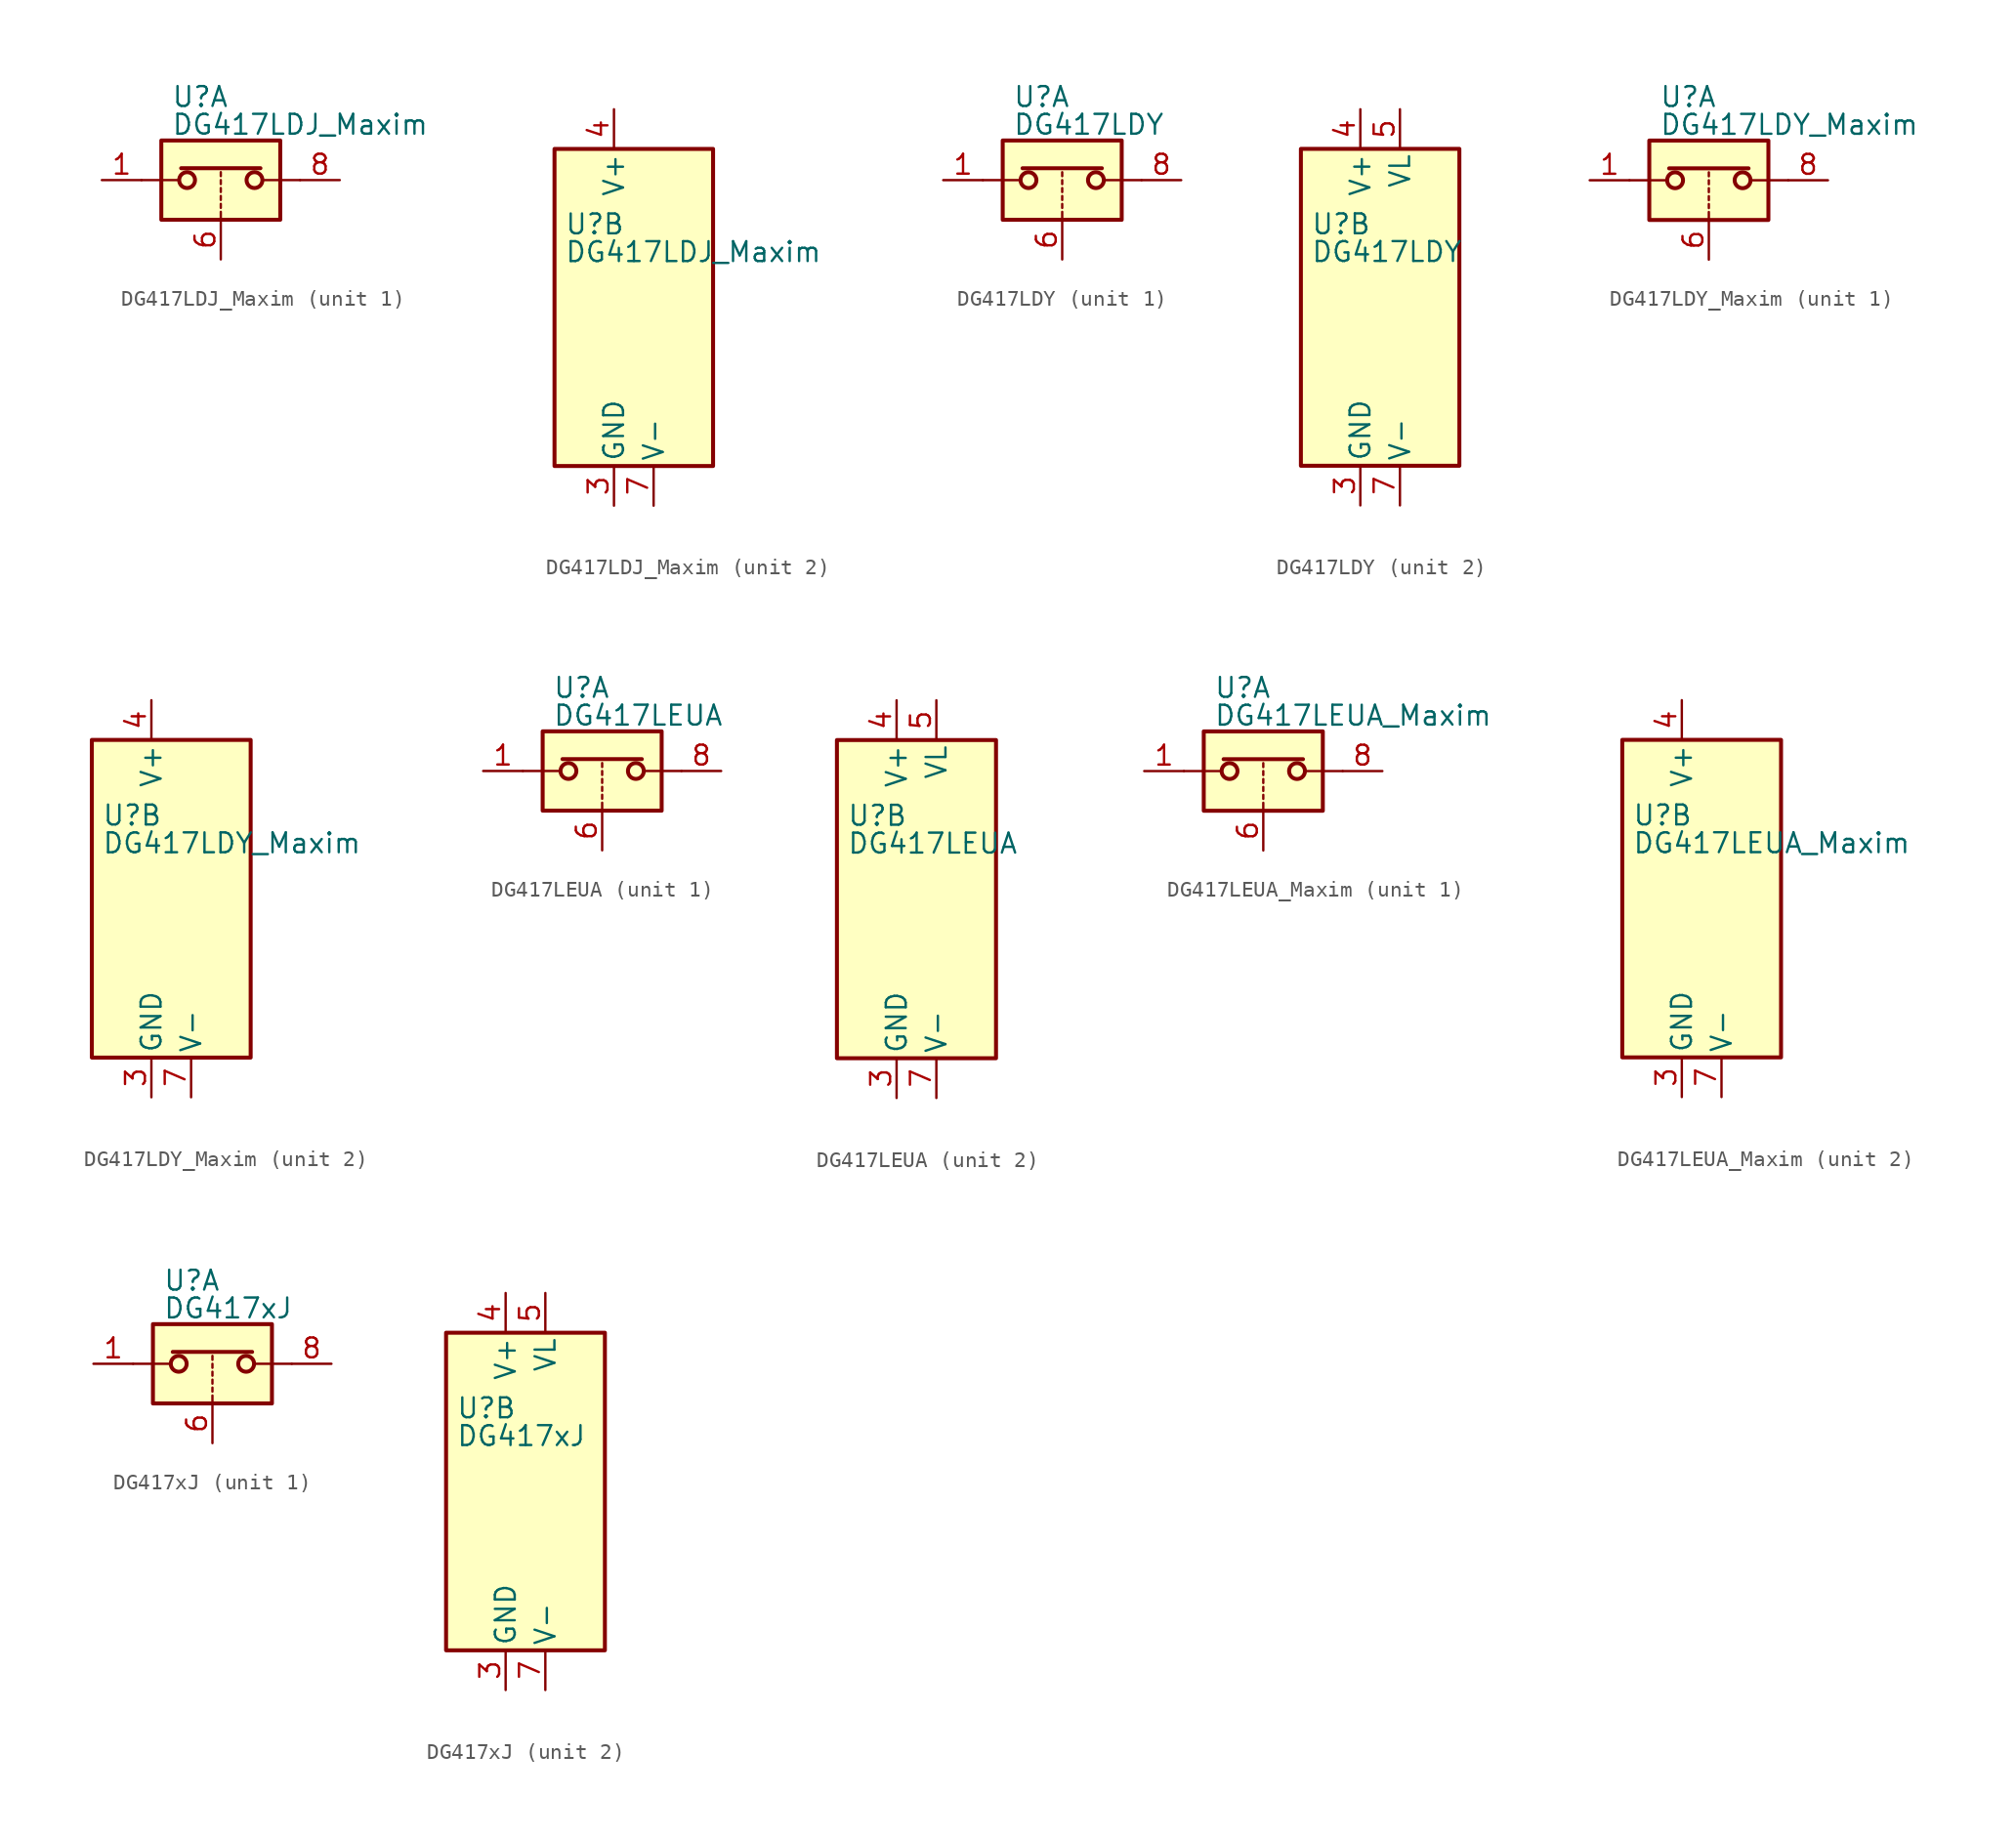
<source format=kicad_sym>
(kicad_symbol_lib
  (version 20241209)
  (generator "kicad_symbol_editor")
  (generator_version "9.0")
  (symbol "DG417LDJ_Maxim"
    (pin_names
      (offset 0.254))
    (property "Reference" "U"
      (at -3.175 5.334 0)
      (effects (font (size 1.27 1.27)) (justify left)))
    (property "Value" "DG417LDJ_Maxim"
      (at -3.175 3.556 0)
      (effects (font (size 1.27 1.27)) (justify left)))
    (symbol "DG417LDJ_Maxim_1_1"
      (polyline (pts (xy -5.08 0) (xy -2.794 0)) (stroke (width 0) (type default)) (fill (type none)))
      (rectangle (start -3.81 2.54) (end 3.81 -2.54) (stroke (width 0.254) (type default)) (fill (type background)))
      (polyline (pts (xy -2.54 0.762) (xy 2.54 0.762)) (stroke (width 0.254) (type default)) (fill (type none)))
      (circle (center -2.159 0) (radius 0.508) (stroke (width 0.254) (type default)) (fill (type none)))
      (polyline (pts (xy 0 0.254) (xy 0 0.508)) (stroke (width 0) (type default)) (fill (type none)))
      (polyline (pts (xy 0 -0.254) (xy 0 0)) (stroke (width 0) (type default)) (fill (type none)))
      (polyline (pts (xy 0 -0.762) (xy 0 -0.508)) (stroke (width 0) (type default)) (fill (type none)))
      (polyline (pts (xy 0 -1.27) (xy 0 -1.016)) (stroke (width 0) (type default)) (fill (type none)))
      (polyline (pts (xy 0 -1.778) (xy 0 -1.524)) (stroke (width 0) (type default)) (fill (type none)))
      (polyline (pts (xy 0 -2.54) (xy 0 -2.032)) (stroke (width 0) (type default)) (fill (type none)))
      (circle (center 2.159 0) (radius 0.508) (stroke (width 0.254) (type default)) (fill (type none)))
      (polyline (pts (xy 5.08 0) (xy 2.794 0)) (stroke (width 0) (type default)) (fill (type none)))
      (pin passive line (at -7.62 0 0) (length 2.54) (name "~" (effects (font (size 1.27 1.27)))) (number "1" (effects (font (size 1.27 1.27)))))
      (pin input line (at 0 -5.08 90) (length 2.54) (name "~" (effects (font (size 1.27 1.27)))) (number "6" (effects (font (size 1.27 1.27)))))
      (pin passive line (at 7.62 0 180) (length 2.54) (name "~" (effects (font (size 1.27 1.27)))) (number "8" (effects (font (size 1.27 1.27))))))
    (symbol "DG417LDJ_Maxim_2_0"
      (pin no_connect line (at -2.54 10.16 270) (length 2.54) (hide yes) (name "NC" (effects (font (size 1.27 1.27)))) (number "2" (effects (font (size 1.27 1.27)))))
      (pin power_in line (at 0 12.7 270) (length 2.54) (name "V+" (effects (font (size 1.27 1.27)))) (number "4" (effects (font (size 1.27 1.27)))))
      (pin power_in line (at 0 -12.7 90) (length 2.54) (name "GND" (effects (font (size 1.27 1.27)))) (number "3" (effects (font (size 1.27 1.27)))))
      (pin no_connect line (at 2.54 10.16 270) (length 2.54) (hide yes) (name "NC" (effects (font (size 1.27 1.27)))) (number "5" (effects (font (size 1.27 1.27)))))
      (pin power_in line (at 2.54 -12.7 90) (length 2.54) (name "V-" (effects (font (size 1.27 1.27)))) (number "7" (effects (font (size 1.27 1.27))))))
    (symbol "DG417LDJ_Maxim_2_1"
      (rectangle (start -3.81 10.16) (end 6.35 -10.16) (stroke (width 0.254) (type default)) (fill (type background)))))
  (symbol "DG417LDY"
    (pin_names
      (offset 0.254))
    (property "Reference" "U"
      (at -3.175 5.334 0)
      (effects (font (size 1.27 1.27)) (justify left)))
    (property "Value" "DG417LDY"
      (at -3.175 3.556 0)
      (effects (font (size 1.27 1.27)) (justify left)))
    (symbol "DG417LDY_1_1"
      (polyline (pts (xy -5.08 0) (xy -2.794 0)) (stroke (width 0) (type default)) (fill (type none)))
      (rectangle (start -3.81 2.54) (end 3.81 -2.54) (stroke (width 0.254) (type default)) (fill (type background)))
      (polyline (pts (xy -2.54 0.762) (xy 2.54 0.762)) (stroke (width 0.254) (type default)) (fill (type none)))
      (circle (center -2.159 0) (radius 0.508) (stroke (width 0.254) (type default)) (fill (type none)))
      (polyline (pts (xy 0 0.254) (xy 0 0.508)) (stroke (width 0) (type default)) (fill (type none)))
      (polyline (pts (xy 0 -0.254) (xy 0 0)) (stroke (width 0) (type default)) (fill (type none)))
      (polyline (pts (xy 0 -0.762) (xy 0 -0.508)) (stroke (width 0) (type default)) (fill (type none)))
      (polyline (pts (xy 0 -1.27) (xy 0 -1.016)) (stroke (width 0) (type default)) (fill (type none)))
      (polyline (pts (xy 0 -1.778) (xy 0 -1.524)) (stroke (width 0) (type default)) (fill (type none)))
      (polyline (pts (xy 0 -2.54) (xy 0 -2.032)) (stroke (width 0) (type default)) (fill (type none)))
      (circle (center 2.159 0) (radius 0.508) (stroke (width 0.254) (type default)) (fill (type none)))
      (polyline (pts (xy 5.08 0) (xy 2.794 0)) (stroke (width 0) (type default)) (fill (type none)))
      (pin passive line (at -7.62 0 0) (length 2.54) (name "~" (effects (font (size 1.27 1.27)))) (number "1" (effects (font (size 1.27 1.27)))))
      (pin input line (at 0 -5.08 90) (length 2.54) (name "~" (effects (font (size 1.27 1.27)))) (number "6" (effects (font (size 1.27 1.27)))))
      (pin passive line (at 7.62 0 180) (length 2.54) (name "~" (effects (font (size 1.27 1.27)))) (number "8" (effects (font (size 1.27 1.27))))))
    (symbol "DG417LDY_2_0"
      (pin no_connect line (at -2.54 10.16 270) (length 2.54) (hide yes) (name "NC" (effects (font (size 1.27 1.27)))) (number "2" (effects (font (size 1.27 1.27)))))
      (pin power_in line (at 0 12.7 270) (length 2.54) (name "V+" (effects (font (size 1.27 1.27)))) (number "4" (effects (font (size 1.27 1.27)))))
      (pin power_in line (at 0 -12.7 90) (length 2.54) (name "GND" (effects (font (size 1.27 1.27)))) (number "3" (effects (font (size 1.27 1.27)))))
      (pin power_in line (at 2.54 12.7 270) (length 2.54) (name "VL" (effects (font (size 1.27 1.27)))) (number "5" (effects (font (size 1.27 1.27)))))
      (pin power_in line (at 2.54 -12.7 90) (length 2.54) (name "V-" (effects (font (size 1.27 1.27)))) (number "7" (effects (font (size 1.27 1.27))))))
    (symbol "DG417LDY_2_1"
      (rectangle (start -3.81 10.16) (end 6.35 -10.16) (stroke (width 0.254) (type default)) (fill (type background)))))
  (symbol "DG417LDY_Maxim"
    (pin_names
      (offset 0.254))
    (property "Reference" "U"
      (at -3.175 5.334 0)
      (effects (font (size 1.27 1.27)) (justify left)))
    (property "Value" "DG417LDY_Maxim"
      (at -3.175 3.556 0)
      (effects (font (size 1.27 1.27)) (justify left)))
    (symbol "DG417LDY_Maxim_1_1"
      (polyline (pts (xy -5.08 0) (xy -2.794 0)) (stroke (width 0) (type default)) (fill (type none)))
      (rectangle (start -3.81 2.54) (end 3.81 -2.54) (stroke (width 0.254) (type default)) (fill (type background)))
      (polyline (pts (xy -2.54 0.762) (xy 2.54 0.762)) (stroke (width 0.254) (type default)) (fill (type none)))
      (circle (center -2.159 0) (radius 0.508) (stroke (width 0.254) (type default)) (fill (type none)))
      (polyline (pts (xy 0 0.254) (xy 0 0.508)) (stroke (width 0) (type default)) (fill (type none)))
      (polyline (pts (xy 0 -0.254) (xy 0 0)) (stroke (width 0) (type default)) (fill (type none)))
      (polyline (pts (xy 0 -0.762) (xy 0 -0.508)) (stroke (width 0) (type default)) (fill (type none)))
      (polyline (pts (xy 0 -1.27) (xy 0 -1.016)) (stroke (width 0) (type default)) (fill (type none)))
      (polyline (pts (xy 0 -1.778) (xy 0 -1.524)) (stroke (width 0) (type default)) (fill (type none)))
      (polyline (pts (xy 0 -2.54) (xy 0 -2.032)) (stroke (width 0) (type default)) (fill (type none)))
      (circle (center 2.159 0) (radius 0.508) (stroke (width 0.254) (type default)) (fill (type none)))
      (polyline (pts (xy 5.08 0) (xy 2.794 0)) (stroke (width 0) (type default)) (fill (type none)))
      (pin passive line (at -7.62 0 0) (length 2.54) (name "~" (effects (font (size 1.27 1.27)))) (number "1" (effects (font (size 1.27 1.27)))))
      (pin input line (at 0 -5.08 90) (length 2.54) (name "~" (effects (font (size 1.27 1.27)))) (number "6" (effects (font (size 1.27 1.27)))))
      (pin passive line (at 7.62 0 180) (length 2.54) (name "~" (effects (font (size 1.27 1.27)))) (number "8" (effects (font (size 1.27 1.27))))))
    (symbol "DG417LDY_Maxim_2_0"
      (pin no_connect line (at -2.54 10.16 270) (length 2.54) (hide yes) (name "NC" (effects (font (size 1.27 1.27)))) (number "2" (effects (font (size 1.27 1.27)))))
      (pin power_in line (at 0 12.7 270) (length 2.54) (name "V+" (effects (font (size 1.27 1.27)))) (number "4" (effects (font (size 1.27 1.27)))))
      (pin power_in line (at 0 -12.7 90) (length 2.54) (name "GND" (effects (font (size 1.27 1.27)))) (number "3" (effects (font (size 1.27 1.27)))))
      (pin no_connect line (at 2.54 10.16 270) (length 2.54) (hide yes) (name "NC" (effects (font (size 1.27 1.27)))) (number "5" (effects (font (size 1.27 1.27)))))
      (pin power_in line (at 2.54 -12.7 90) (length 2.54) (name "V-" (effects (font (size 1.27 1.27)))) (number "7" (effects (font (size 1.27 1.27))))))
    (symbol "DG417LDY_Maxim_2_1"
      (rectangle (start -3.81 10.16) (end 6.35 -10.16) (stroke (width 0.254) (type default)) (fill (type background)))))
  (symbol "DG417LEUA"
    (pin_names
      (offset 0.254))
    (property "Reference" "U"
      (at -3.175 5.334 0)
      (effects (font (size 1.27 1.27)) (justify left)))
    (property "Value" "DG417LEUA"
      (at -3.175 3.556 0)
      (effects (font (size 1.27 1.27)) (justify left)))
    (symbol "DG417LEUA_1_1"
      (polyline (pts (xy -5.08 0) (xy -2.794 0)) (stroke (width 0) (type default)) (fill (type none)))
      (rectangle (start -3.81 2.54) (end 3.81 -2.54) (stroke (width 0.254) (type default)) (fill (type background)))
      (polyline (pts (xy -2.54 0.762) (xy 2.54 0.762)) (stroke (width 0.254) (type default)) (fill (type none)))
      (circle (center -2.159 0) (radius 0.508) (stroke (width 0.254) (type default)) (fill (type none)))
      (polyline (pts (xy 0 0.254) (xy 0 0.508)) (stroke (width 0) (type default)) (fill (type none)))
      (polyline (pts (xy 0 -0.254) (xy 0 0)) (stroke (width 0) (type default)) (fill (type none)))
      (polyline (pts (xy 0 -0.762) (xy 0 -0.508)) (stroke (width 0) (type default)) (fill (type none)))
      (polyline (pts (xy 0 -1.27) (xy 0 -1.016)) (stroke (width 0) (type default)) (fill (type none)))
      (polyline (pts (xy 0 -1.778) (xy 0 -1.524)) (stroke (width 0) (type default)) (fill (type none)))
      (polyline (pts (xy 0 -2.54) (xy 0 -2.032)) (stroke (width 0) (type default)) (fill (type none)))
      (circle (center 2.159 0) (radius 0.508) (stroke (width 0.254) (type default)) (fill (type none)))
      (polyline (pts (xy 5.08 0) (xy 2.794 0)) (stroke (width 0) (type default)) (fill (type none)))
      (pin passive line (at -7.62 0 0) (length 2.54) (name "~" (effects (font (size 1.27 1.27)))) (number "1" (effects (font (size 1.27 1.27)))))
      (pin input line (at 0 -5.08 90) (length 2.54) (name "~" (effects (font (size 1.27 1.27)))) (number "6" (effects (font (size 1.27 1.27)))))
      (pin passive line (at 7.62 0 180) (length 2.54) (name "~" (effects (font (size 1.27 1.27)))) (number "8" (effects (font (size 1.27 1.27))))))
    (symbol "DG417LEUA_2_0"
      (pin no_connect line (at -2.54 10.16 270) (length 2.54) (hide yes) (name "NC" (effects (font (size 1.27 1.27)))) (number "2" (effects (font (size 1.27 1.27)))))
      (pin power_in line (at 0 12.7 270) (length 2.54) (name "V+" (effects (font (size 1.27 1.27)))) (number "4" (effects (font (size 1.27 1.27)))))
      (pin power_in line (at 0 -12.7 90) (length 2.54) (name "GND" (effects (font (size 1.27 1.27)))) (number "3" (effects (font (size 1.27 1.27)))))
      (pin power_in line (at 2.54 12.7 270) (length 2.54) (name "VL" (effects (font (size 1.27 1.27)))) (number "5" (effects (font (size 1.27 1.27)))))
      (pin power_in line (at 2.54 -12.7 90) (length 2.54) (name "V-" (effects (font (size 1.27 1.27)))) (number "7" (effects (font (size 1.27 1.27))))))
    (symbol "DG417LEUA_2_1"
      (rectangle (start -3.81 10.16) (end 6.35 -10.16) (stroke (width 0.254) (type default)) (fill (type background)))))
  (symbol "DG417LEUA_Maxim"
    (pin_names
      (offset 0.254))
    (property "Reference" "U"
      (at -3.175 5.334 0)
      (effects (font (size 1.27 1.27)) (justify left)))
    (property "Value" "DG417LEUA_Maxim"
      (at -3.175 3.556 0)
      (effects (font (size 1.27 1.27)) (justify left)))
    (symbol "DG417LEUA_Maxim_1_1"
      (polyline (pts (xy -5.08 0) (xy -2.794 0)) (stroke (width 0) (type default)) (fill (type none)))
      (rectangle (start -3.81 2.54) (end 3.81 -2.54) (stroke (width 0.254) (type default)) (fill (type background)))
      (polyline (pts (xy -2.54 0.762) (xy 2.54 0.762)) (stroke (width 0.254) (type default)) (fill (type none)))
      (circle (center -2.159 0) (radius 0.508) (stroke (width 0.254) (type default)) (fill (type none)))
      (polyline (pts (xy 0 0.254) (xy 0 0.508)) (stroke (width 0) (type default)) (fill (type none)))
      (polyline (pts (xy 0 -0.254) (xy 0 0)) (stroke (width 0) (type default)) (fill (type none)))
      (polyline (pts (xy 0 -0.762) (xy 0 -0.508)) (stroke (width 0) (type default)) (fill (type none)))
      (polyline (pts (xy 0 -1.27) (xy 0 -1.016)) (stroke (width 0) (type default)) (fill (type none)))
      (polyline (pts (xy 0 -1.778) (xy 0 -1.524)) (stroke (width 0) (type default)) (fill (type none)))
      (polyline (pts (xy 0 -2.54) (xy 0 -2.032)) (stroke (width 0) (type default)) (fill (type none)))
      (circle (center 2.159 0) (radius 0.508) (stroke (width 0.254) (type default)) (fill (type none)))
      (polyline (pts (xy 5.08 0) (xy 2.794 0)) (stroke (width 0) (type default)) (fill (type none)))
      (pin passive line (at -7.62 0 0) (length 2.54) (name "~" (effects (font (size 1.27 1.27)))) (number "1" (effects (font (size 1.27 1.27)))))
      (pin input line (at 0 -5.08 90) (length 2.54) (name "~" (effects (font (size 1.27 1.27)))) (number "6" (effects (font (size 1.27 1.27)))))
      (pin passive line (at 7.62 0 180) (length 2.54) (name "~" (effects (font (size 1.27 1.27)))) (number "8" (effects (font (size 1.27 1.27))))))
    (symbol "DG417LEUA_Maxim_2_0"
      (pin no_connect line (at -2.54 10.16 270) (length 2.54) (hide yes) (name "NC" (effects (font (size 1.27 1.27)))) (number "2" (effects (font (size 1.27 1.27)))))
      (pin power_in line (at 0 12.7 270) (length 2.54) (name "V+" (effects (font (size 1.27 1.27)))) (number "4" (effects (font (size 1.27 1.27)))))
      (pin power_in line (at 0 -12.7 90) (length 2.54) (name "GND" (effects (font (size 1.27 1.27)))) (number "3" (effects (font (size 1.27 1.27)))))
      (pin no_connect line (at 2.54 10.16 270) (length 2.54) (hide yes) (name "NC" (effects (font (size 1.27 1.27)))) (number "5" (effects (font (size 1.27 1.27)))))
      (pin power_in line (at 2.54 -12.7 90) (length 2.54) (name "V-" (effects (font (size 1.27 1.27)))) (number "7" (effects (font (size 1.27 1.27))))))
    (symbol "DG417LEUA_Maxim_2_1"
      (rectangle (start -3.81 10.16) (end 6.35 -10.16) (stroke (width 0.254) (type default)) (fill (type background)))))
  (symbol "DG417xJ"
    (pin_names
      (offset 0.254))
    (property "Reference" "U"
      (at -3.175 5.334 0)
      (effects (font (size 1.27 1.27)) (justify left)))
    (property "Value" "DG417xJ"
      (at -3.175 3.556 0)
      (effects (font (size 1.27 1.27)) (justify left)))
    (symbol "DG417xJ_1_1"
      (polyline (pts (xy -5.08 0) (xy -2.794 0)) (stroke (width 0) (type default)) (fill (type none)))
      (rectangle (start -3.81 2.54) (end 3.81 -2.54) (stroke (width 0.254) (type default)) (fill (type background)))
      (polyline (pts (xy -2.54 0.762) (xy 2.54 0.762)) (stroke (width 0.254) (type default)) (fill (type none)))
      (circle (center -2.159 0) (radius 0.508) (stroke (width 0.254) (type default)) (fill (type none)))
      (polyline (pts (xy 0 0.254) (xy 0 0.508)) (stroke (width 0) (type default)) (fill (type none)))
      (polyline (pts (xy 0 -0.254) (xy 0 0)) (stroke (width 0) (type default)) (fill (type none)))
      (polyline (pts (xy 0 -0.762) (xy 0 -0.508)) (stroke (width 0) (type default)) (fill (type none)))
      (polyline (pts (xy 0 -1.27) (xy 0 -1.016)) (stroke (width 0) (type default)) (fill (type none)))
      (polyline (pts (xy 0 -1.778) (xy 0 -1.524)) (stroke (width 0) (type default)) (fill (type none)))
      (polyline (pts (xy 0 -2.54) (xy 0 -2.032)) (stroke (width 0) (type default)) (fill (type none)))
      (circle (center 2.159 0) (radius 0.508) (stroke (width 0.254) (type default)) (fill (type none)))
      (polyline (pts (xy 5.08 0) (xy 2.794 0)) (stroke (width 0) (type default)) (fill (type none)))
      (pin passive line (at -7.62 0 0) (length 2.54) (name "~" (effects (font (size 1.27 1.27)))) (number "1" (effects (font (size 1.27 1.27)))))
      (pin input line (at 0 -5.08 90) (length 2.54) (name "~" (effects (font (size 1.27 1.27)))) (number "6" (effects (font (size 1.27 1.27)))))
      (pin passive line (at 7.62 0 180) (length 2.54) (name "~" (effects (font (size 1.27 1.27)))) (number "8" (effects (font (size 1.27 1.27))))))
    (symbol "DG417xJ_2_0"
      (pin no_connect line (at -2.54 10.16 270) (length 2.54) (hide yes) (name "NC" (effects (font (size 1.27 1.27)))) (number "2" (effects (font (size 1.27 1.27)))))
      (pin power_in line (at 0 12.7 270) (length 2.54) (name "V+" (effects (font (size 1.27 1.27)))) (number "4" (effects (font (size 1.27 1.27)))))
      (pin power_in line (at 0 -12.7 90) (length 2.54) (name "GND" (effects (font (size 1.27 1.27)))) (number "3" (effects (font (size 1.27 1.27)))))
      (pin power_in line (at 2.54 12.7 270) (length 2.54) (name "VL" (effects (font (size 1.27 1.27)))) (number "5" (effects (font (size 1.27 1.27)))))
      (pin power_in line (at 2.54 -12.7 90) (length 2.54) (name "V-" (effects (font (size 1.27 1.27)))) (number "7" (effects (font (size 1.27 1.27))))))
    (symbol "DG417xJ_2_1"
      (rectangle (start -3.81 10.16) (end 6.35 -10.16) (stroke (width 0.254) (type default)) (fill (type background))))))
</source>
